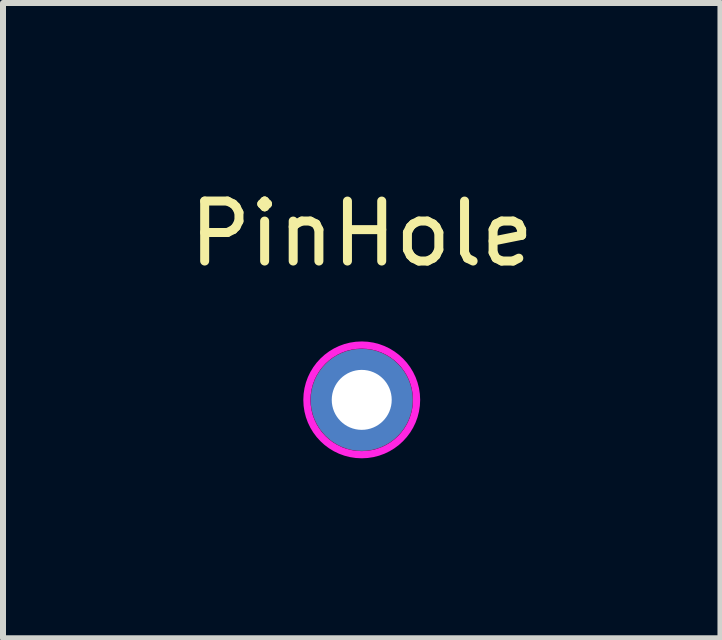
<source format=kicad_pcb>
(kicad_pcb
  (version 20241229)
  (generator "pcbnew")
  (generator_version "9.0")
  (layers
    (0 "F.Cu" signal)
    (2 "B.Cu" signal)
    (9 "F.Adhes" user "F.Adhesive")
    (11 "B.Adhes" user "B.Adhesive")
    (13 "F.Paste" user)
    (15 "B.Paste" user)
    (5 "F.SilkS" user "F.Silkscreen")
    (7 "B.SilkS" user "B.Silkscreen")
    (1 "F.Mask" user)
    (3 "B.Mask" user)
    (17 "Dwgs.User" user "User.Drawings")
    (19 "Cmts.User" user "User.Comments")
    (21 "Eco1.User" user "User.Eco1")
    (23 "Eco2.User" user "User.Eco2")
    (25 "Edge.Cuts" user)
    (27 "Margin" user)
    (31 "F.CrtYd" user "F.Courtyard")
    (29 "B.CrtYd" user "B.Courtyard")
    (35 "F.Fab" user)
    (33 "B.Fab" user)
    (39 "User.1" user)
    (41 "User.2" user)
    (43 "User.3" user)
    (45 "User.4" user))
  (footprint "PinHole"
    (layer "F.Cu")
    (at 2.982 3.618)
    (property "Reference" "PinHole" (at 0 -2.77 0) (layer "F.SilkS") (effects (font (size 1 1) (thickness 0.15))))
    (attr through_hole)
    (fp_circle (center 0 0) (end 0.914 0.025) (stroke (width 0.12) (type solid)) (fill no) (layer "F.CrtYd"))
    (pad "1" thru_hole circle (at 0 0) (size 1.7 1.7) (drill 1) (layers "*.Cu" "*.Mask")))
  (gr_rect
    (start -3 -3)
    (end 8.964 7.593)
    (stroke (width 0.1) (type default))
    (fill no)
    (layer "Edge.Cuts")))
</source>
